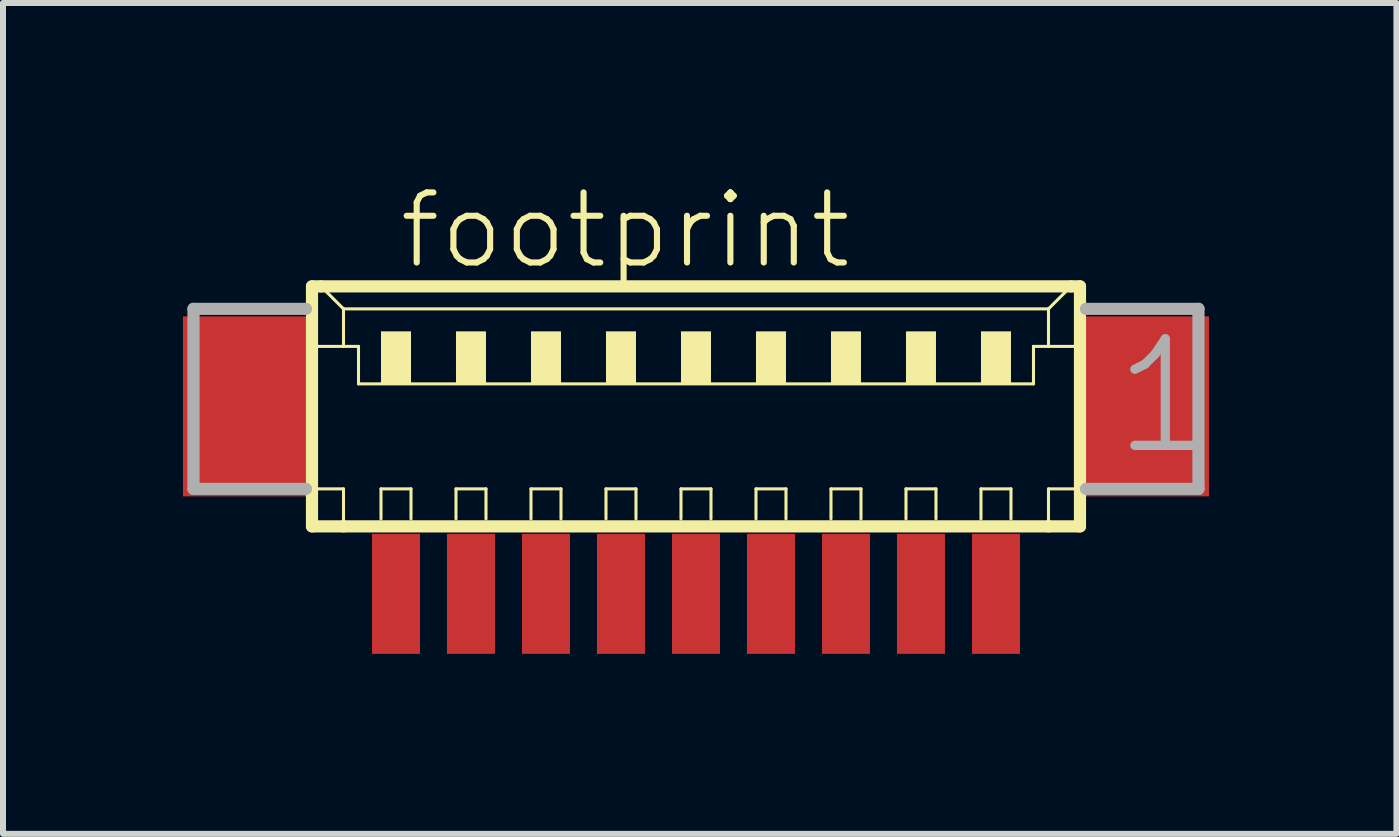
<source format=kicad_pcb>
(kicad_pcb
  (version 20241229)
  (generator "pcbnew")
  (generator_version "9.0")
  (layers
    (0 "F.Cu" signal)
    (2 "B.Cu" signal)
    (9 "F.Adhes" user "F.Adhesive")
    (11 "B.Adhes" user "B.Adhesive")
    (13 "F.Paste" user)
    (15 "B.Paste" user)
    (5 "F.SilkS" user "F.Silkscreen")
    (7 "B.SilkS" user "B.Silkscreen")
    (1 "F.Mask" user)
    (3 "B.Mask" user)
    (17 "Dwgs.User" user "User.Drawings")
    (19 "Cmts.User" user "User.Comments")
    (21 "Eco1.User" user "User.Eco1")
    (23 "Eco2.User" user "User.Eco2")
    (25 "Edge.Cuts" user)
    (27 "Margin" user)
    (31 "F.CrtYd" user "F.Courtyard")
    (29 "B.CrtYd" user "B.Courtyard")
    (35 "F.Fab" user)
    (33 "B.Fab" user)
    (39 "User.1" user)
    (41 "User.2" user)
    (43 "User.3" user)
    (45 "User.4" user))
  (footprint "footprint"
    (layer "F.Cu")
    (at 8.55 4.348)
    (property "Reference" "footprint" (at -5 -2.875 0) (layer "F.SilkS") (effects (font (size 1.168 1.168) (thickness 0.102)) (justify left bottom)))
    (fp_line (start -6.4 -2.625) (end -6.4 1.375) (stroke (width 0.203) (type solid)) (layer "F.SilkS"))
    (fp_line (start -6.4 1.375) (end -5.875 1.375) (stroke (width 0.203) (type solid)) (layer "F.SilkS"))
    (fp_line (start -6.375 -1.625) (end -5.875 -1.625) (stroke (width 0.051) (type solid)) (layer "F.SilkS"))
    (fp_line (start -6.375 0.75) (end -5.875 0.75) (stroke (width 0.051) (type solid)) (layer "F.SilkS"))
    (fp_line (start -6.25 -2.625) (end -6.4 -2.625) (stroke (width 0.203) (type solid)) (layer "F.SilkS"))
    (fp_line (start -5.875 -2.25) (end -6.25 -2.625) (stroke (width 0.051) (type solid)) (layer "F.SilkS"))
    (fp_line (start -5.875 -2.25) (end 5.875 -2.25) (stroke (width 0.051) (type solid)) (layer "F.SilkS"))
    (fp_line (start -5.875 -1.625) (end -5.875 -2.25) (stroke (width 0.051) (type solid)) (layer "F.SilkS"))
    (fp_line (start -5.875 -1.625) (end -5.625 -1.625) (stroke (width 0.051) (type solid)) (layer "F.SilkS"))
    (fp_line (start -5.875 0.75) (end -5.875 1.375) (stroke (width 0.051) (type solid)) (layer "F.SilkS"))
    (fp_line (start -5.875 1.375) (end 5.875 1.375) (stroke (width 0.203) (type solid)) (layer "F.SilkS"))
    (fp_line (start -5.625 -1.625) (end -5.625 -1) (stroke (width 0.051) (type solid)) (layer "F.SilkS"))
    (fp_line (start -5.625 -1) (end 5.625 -1) (stroke (width 0.051) (type solid)) (layer "F.SilkS"))
    (fp_line (start -5.25 0.75) (end -4.75 0.75) (stroke (width 0.051) (type solid)) (layer "F.SilkS"))
    (fp_line (start -5.25 1.25) (end -5.25 0.75) (stroke (width 0.051) (type solid)) (layer "F.SilkS"))
    (fp_line (start -4.75 0.75) (end -4.75 1.25) (stroke (width 0.051) (type solid)) (layer "F.SilkS"))
    (fp_line (start -4 0.75) (end -3.5 0.75) (stroke (width 0.051) (type solid)) (layer "F.SilkS"))
    (fp_line (start -4 1.25) (end -4 0.75) (stroke (width 0.051) (type solid)) (layer "F.SilkS"))
    (fp_line (start -3.5 0.75) (end -3.5 1.25) (stroke (width 0.051) (type solid)) (layer "F.SilkS"))
    (fp_line (start -2.75 0.75) (end -2.25 0.75) (stroke (width 0.051) (type solid)) (layer "F.SilkS"))
    (fp_line (start -2.75 1.25) (end -2.75 0.75) (stroke (width 0.051) (type solid)) (layer "F.SilkS"))
    (fp_line (start -2.25 0.75) (end -2.25 1.25) (stroke (width 0.051) (type solid)) (layer "F.SilkS"))
    (fp_line (start -1.5 0.75) (end -1 0.75) (stroke (width 0.051) (type solid)) (layer "F.SilkS"))
    (fp_line (start -1.5 1.25) (end -1.5 0.75) (stroke (width 0.051) (type solid)) (layer "F.SilkS"))
    (fp_line (start -1 0.75) (end -1 1.25) (stroke (width 0.051) (type solid)) (layer "F.SilkS"))
    (fp_line (start -0.25 0.75) (end 0.25 0.75) (stroke (width 0.051) (type solid)) (layer "F.SilkS"))
    (fp_line (start -0.25 1.25) (end -0.25 0.75) (stroke (width 0.051) (type solid)) (layer "F.SilkS"))
    (fp_line (start 0.25 0.75) (end 0.25 1.25) (stroke (width 0.051) (type solid)) (layer "F.SilkS"))
    (fp_line (start 1 0.75) (end 1.5 0.75) (stroke (width 0.051) (type solid)) (layer "F.SilkS"))
    (fp_line (start 1 1.25) (end 1 0.75) (stroke (width 0.051) (type solid)) (layer "F.SilkS"))
    (fp_line (start 1.5 0.75) (end 1.5 1.25) (stroke (width 0.051) (type solid)) (layer "F.SilkS"))
    (fp_line (start 2.25 0.75) (end 2.75 0.75) (stroke (width 0.051) (type solid)) (layer "F.SilkS"))
    (fp_line (start 2.25 1.25) (end 2.25 0.75) (stroke (width 0.051) (type solid)) (layer "F.SilkS"))
    (fp_line (start 2.75 0.75) (end 2.75 1.25) (stroke (width 0.051) (type solid)) (layer "F.SilkS"))
    (fp_line (start 3.5 0.75) (end 4 0.75) (stroke (width 0.051) (type solid)) (layer "F.SilkS"))
    (fp_line (start 3.5 1.25) (end 3.5 0.75) (stroke (width 0.051) (type solid)) (layer "F.SilkS"))
    (fp_line (start 4 0.75) (end 4 1.25) (stroke (width 0.051) (type solid)) (layer "F.SilkS"))
    (fp_line (start 4.75 0.75) (end 5.25 0.75) (stroke (width 0.051) (type solid)) (layer "F.SilkS"))
    (fp_line (start 4.75 1.25) (end 4.75 0.75) (stroke (width 0.051) (type solid)) (layer "F.SilkS"))
    (fp_line (start 5.25 0.75) (end 5.25 1.25) (stroke (width 0.051) (type solid)) (layer "F.SilkS"))
    (fp_line (start 5.625 -1.625) (end 5.625 -1) (stroke (width 0.051) (type solid)) (layer "F.SilkS"))
    (fp_line (start 5.625 -1.625) (end 5.875 -1.625) (stroke (width 0.051) (type solid)) (layer "F.SilkS"))
    (fp_line (start 5.875 -2.25) (end 5.875 -1.625) (stroke (width 0.051) (type solid)) (layer "F.SilkS"))
    (fp_line (start 5.875 -2.25) (end 6.25 -2.625) (stroke (width 0.051) (type solid)) (layer "F.SilkS"))
    (fp_line (start 5.875 -1.625) (end 6.375 -1.625) (stroke (width 0.051) (type solid)) (layer "F.SilkS"))
    (fp_line (start 5.875 0.75) (end 5.875 1.375) (stroke (width 0.051) (type solid)) (layer "F.SilkS"))
    (fp_line (start 5.875 0.75) (end 6.375 0.75) (stroke (width 0.051) (type solid)) (layer "F.SilkS"))
    (fp_line (start 5.875 1.375) (end 6.4 1.375) (stroke (width 0.203) (type solid)) (layer "F.SilkS"))
    (fp_line (start 6.25 -2.625) (end -6.25 -2.625) (stroke (width 0.203) (type solid)) (layer "F.SilkS"))
    (fp_line (start 6.4 -2.625) (end 6.25 -2.625) (stroke (width 0.203) (type solid)) (layer "F.SilkS"))
    (fp_line (start 6.4 1.375) (end 6.4 -2.625) (stroke (width 0.203) (type solid)) (layer "F.SilkS"))
    (fp_poly (pts (xy -5.25 -1) (xy -4.75 -1) (xy -4.75 -1.875) (xy -5.25 -1.875)) (stroke (width 0) (type solid)) (fill yes) (layer "F.SilkS"))
    (fp_poly (pts (xy -4 -1) (xy -3.5 -1) (xy -3.5 -1.875) (xy -4 -1.875)) (stroke (width 0) (type solid)) (fill yes) (layer "F.SilkS"))
    (fp_poly (pts (xy -2.75 -1) (xy -2.25 -1) (xy -2.25 -1.875) (xy -2.75 -1.875)) (stroke (width 0) (type solid)) (fill yes) (layer "F.SilkS"))
    (fp_poly (pts (xy -1.5 -1) (xy -1 -1) (xy -1 -1.875) (xy -1.5 -1.875)) (stroke (width 0) (type solid)) (fill yes) (layer "F.SilkS"))
    (fp_poly (pts (xy -0.25 -1) (xy 0.25 -1) (xy 0.25 -1.875) (xy -0.25 -1.875)) (stroke (width 0) (type solid)) (fill yes) (layer "F.SilkS"))
    (fp_poly (pts (xy 1 -1) (xy 1.5 -1) (xy 1.5 -1.875) (xy 1 -1.875)) (stroke (width 0) (type solid)) (fill yes) (layer "F.SilkS"))
    (fp_poly (pts (xy 2.25 -1) (xy 2.75 -1) (xy 2.75 -1.875) (xy 2.25 -1.875)) (stroke (width 0) (type solid)) (fill yes) (layer "F.SilkS"))
    (fp_poly (pts (xy 3.5 -1) (xy 4 -1) (xy 4 -1.875) (xy 3.5 -1.875)) (stroke (width 0) (type solid)) (fill yes) (layer "F.SilkS"))
    (fp_poly (pts (xy 4.75 -1) (xy 5.25 -1) (xy 5.25 -1.875) (xy 4.75 -1.875)) (stroke (width 0) (type solid)) (fill yes) (layer "F.SilkS"))
    (fp_line (start -8.375 -2.25) (end -8.375 0.75) (stroke (width 0.203) (type solid)) (layer "F.Fab"))
    (fp_line (start -8.375 0.75) (end -6.5 0.75) (stroke (width 0.203) (type solid)) (layer "F.Fab"))
    (fp_line (start -6.5 -2.25) (end -8.375 -2.25) (stroke (width 0.203) (type solid)) (layer "F.Fab"))
    (fp_line (start 6.5 0.75) (end 8.375 0.75) (stroke (width 0.203) (type solid)) (layer "F.Fab"))
    (fp_line (start 8.375 -2.25) (end 6.5 -2.25) (stroke (width 0.203) (type solid)) (layer "F.Fab"))
    (fp_line (start 8.375 0.75) (end 8.375 -2.25) (stroke (width 0.203) (type solid)) (layer "F.Fab"))
    (fp_text user "1" (at 6.875 0.25 0) (layer "F.Fab") (effects (font (size 1.776 1.776) (thickness 0.154)) (justify left bottom)))
    (pad "1" smd rect (at 5 2.5) (size 0.8 2) (layers "F.Cu" "F.Mask" "F.Paste"))
    (pad "2" smd rect (at 3.75 2.5) (size 0.8 2) (layers "F.Cu" "F.Mask" "F.Paste"))
    (pad "3" smd rect (at 2.5 2.5) (size 0.8 2) (layers "F.Cu" "F.Mask" "F.Paste"))
    (pad "4" smd rect (at 1.25 2.5) (size 0.8 2) (layers "F.Cu" "F.Mask" "F.Paste"))
    (pad "5" smd rect (at 0 2.5) (size 0.8 2) (layers "F.Cu" "F.Mask" "F.Paste"))
    (pad "6" smd rect (at -1.25 2.5) (size 0.8 2) (layers "F.Cu" "F.Mask" "F.Paste"))
    (pad "7" smd rect (at -2.5 2.5) (size 0.8 2) (layers "F.Cu" "F.Mask" "F.Paste"))
    (pad "8" smd rect (at -3.75 2.5) (size 0.8 2) (layers "F.Cu" "F.Mask" "F.Paste"))
    (pad "9" smd rect (at -5 2.5) (size 0.8 2) (layers "F.Cu" "F.Mask" "F.Paste"))
    (pad "S1" smd rect (at 7.5 -0.625) (size 2.1 3) (layers "F.Cu" "F.Mask" "F.Paste"))
    (pad "S2" smd rect (at -7.5 -0.625) (size 2.1 3) (layers "F.Cu" "F.Mask" "F.Paste")))
  (gr_rect
    (start -3 -3)
    (end 20.224 10.848)
    (stroke (width 0.1) (type default))
    (fill no)
    (layer "Edge.Cuts")))
</source>
